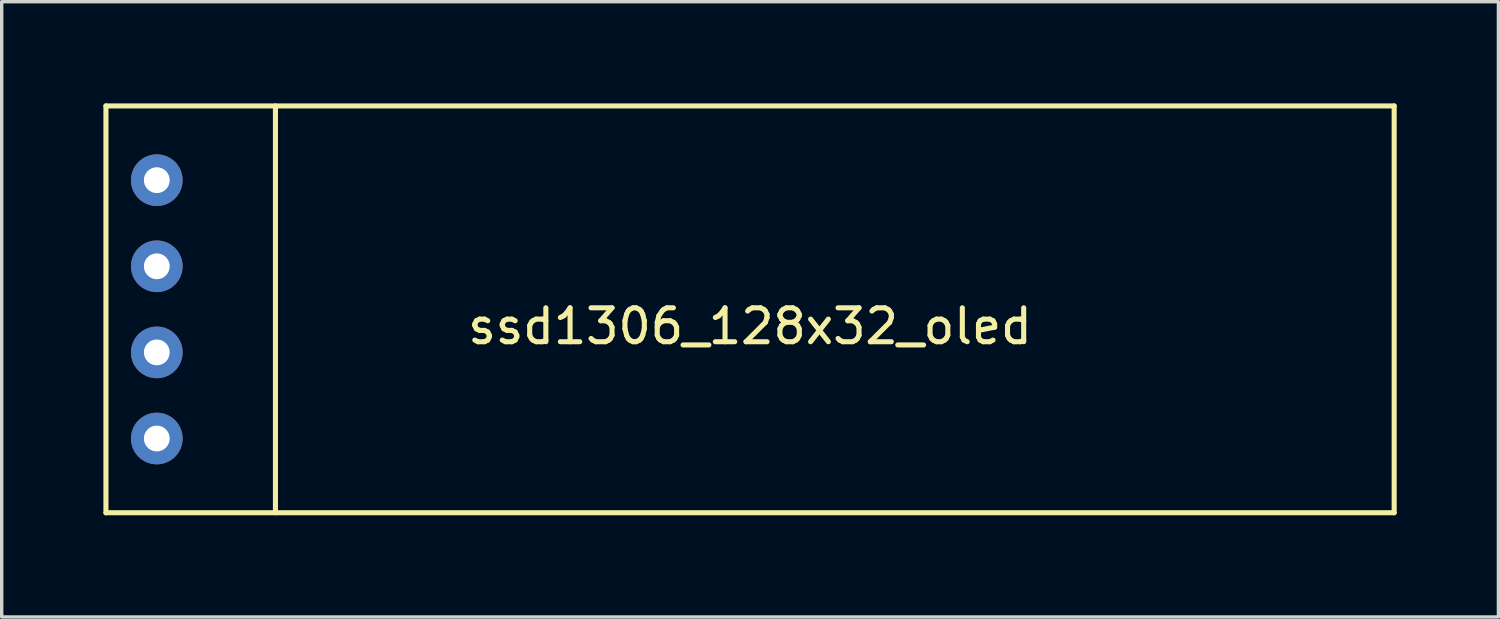
<source format=kicad_pcb>
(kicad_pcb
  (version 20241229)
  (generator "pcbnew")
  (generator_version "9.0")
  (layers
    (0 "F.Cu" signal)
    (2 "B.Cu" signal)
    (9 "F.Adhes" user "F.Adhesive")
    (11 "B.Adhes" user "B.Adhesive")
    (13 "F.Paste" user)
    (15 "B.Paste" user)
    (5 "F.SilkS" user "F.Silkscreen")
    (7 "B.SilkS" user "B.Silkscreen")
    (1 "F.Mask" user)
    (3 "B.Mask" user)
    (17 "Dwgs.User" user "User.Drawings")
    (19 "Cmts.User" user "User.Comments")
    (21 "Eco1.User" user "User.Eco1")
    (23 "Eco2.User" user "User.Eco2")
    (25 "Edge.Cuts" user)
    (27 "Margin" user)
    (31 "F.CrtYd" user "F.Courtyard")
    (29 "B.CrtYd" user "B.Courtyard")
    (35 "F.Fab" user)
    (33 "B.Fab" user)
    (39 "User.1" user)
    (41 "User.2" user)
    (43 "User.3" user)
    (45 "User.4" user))
  (footprint "ssd1306_128x32_oled"
    (layer "F.Cu")
    (at 19.075 6.075)
    (property "Reference" "ssd1306_128x32_oled" (at 0 0.5 0) (layer "F.SilkS") (effects (font (size 1 1) (thickness 0.15))))
    (attr through_hole)
    (fp_line (start -19 -6) (end 19 -6) (stroke (width 0.15) (type solid)) (layer "F.SilkS"))
    (fp_line (start -19 6) (end -19 -6) (stroke (width 0.15) (type solid)) (layer "F.SilkS"))
    (fp_line (start -19 6) (end 19 6) (stroke (width 0.15) (type solid)) (layer "F.SilkS"))
    (fp_line (start -14 6) (end -14 -6) (stroke (width 0.15) (type solid)) (layer "F.SilkS"))
    (fp_line (start 19 6) (end 19 -6) (stroke (width 0.15) (type solid)) (layer "F.SilkS"))
    (pad "1" thru_hole circle (at -17.5 3.81) (size 1.524 1.524) (drill 0.762) (layers "*.Cu" "*.Mask"))
    (pad "2" thru_hole circle (at -17.5 1.27) (size 1.524 1.524) (drill 0.762) (layers "*.Cu" "*.Mask"))
    (pad "3" thru_hole circle (at -17.5 -1.27) (size 1.524 1.524) (drill 0.762) (layers "*.Cu" "*.Mask"))
    (pad "4" thru_hole circle (at -17.5 -3.81) (size 1.524 1.524) (drill 0.762) (layers "*.Cu" "*.Mask")))
  (gr_rect
    (start -3 -3)
    (end 41.15 15.15)
    (stroke (width 0.1) (type default))
    (fill no)
    (layer "Edge.Cuts")))
</source>
